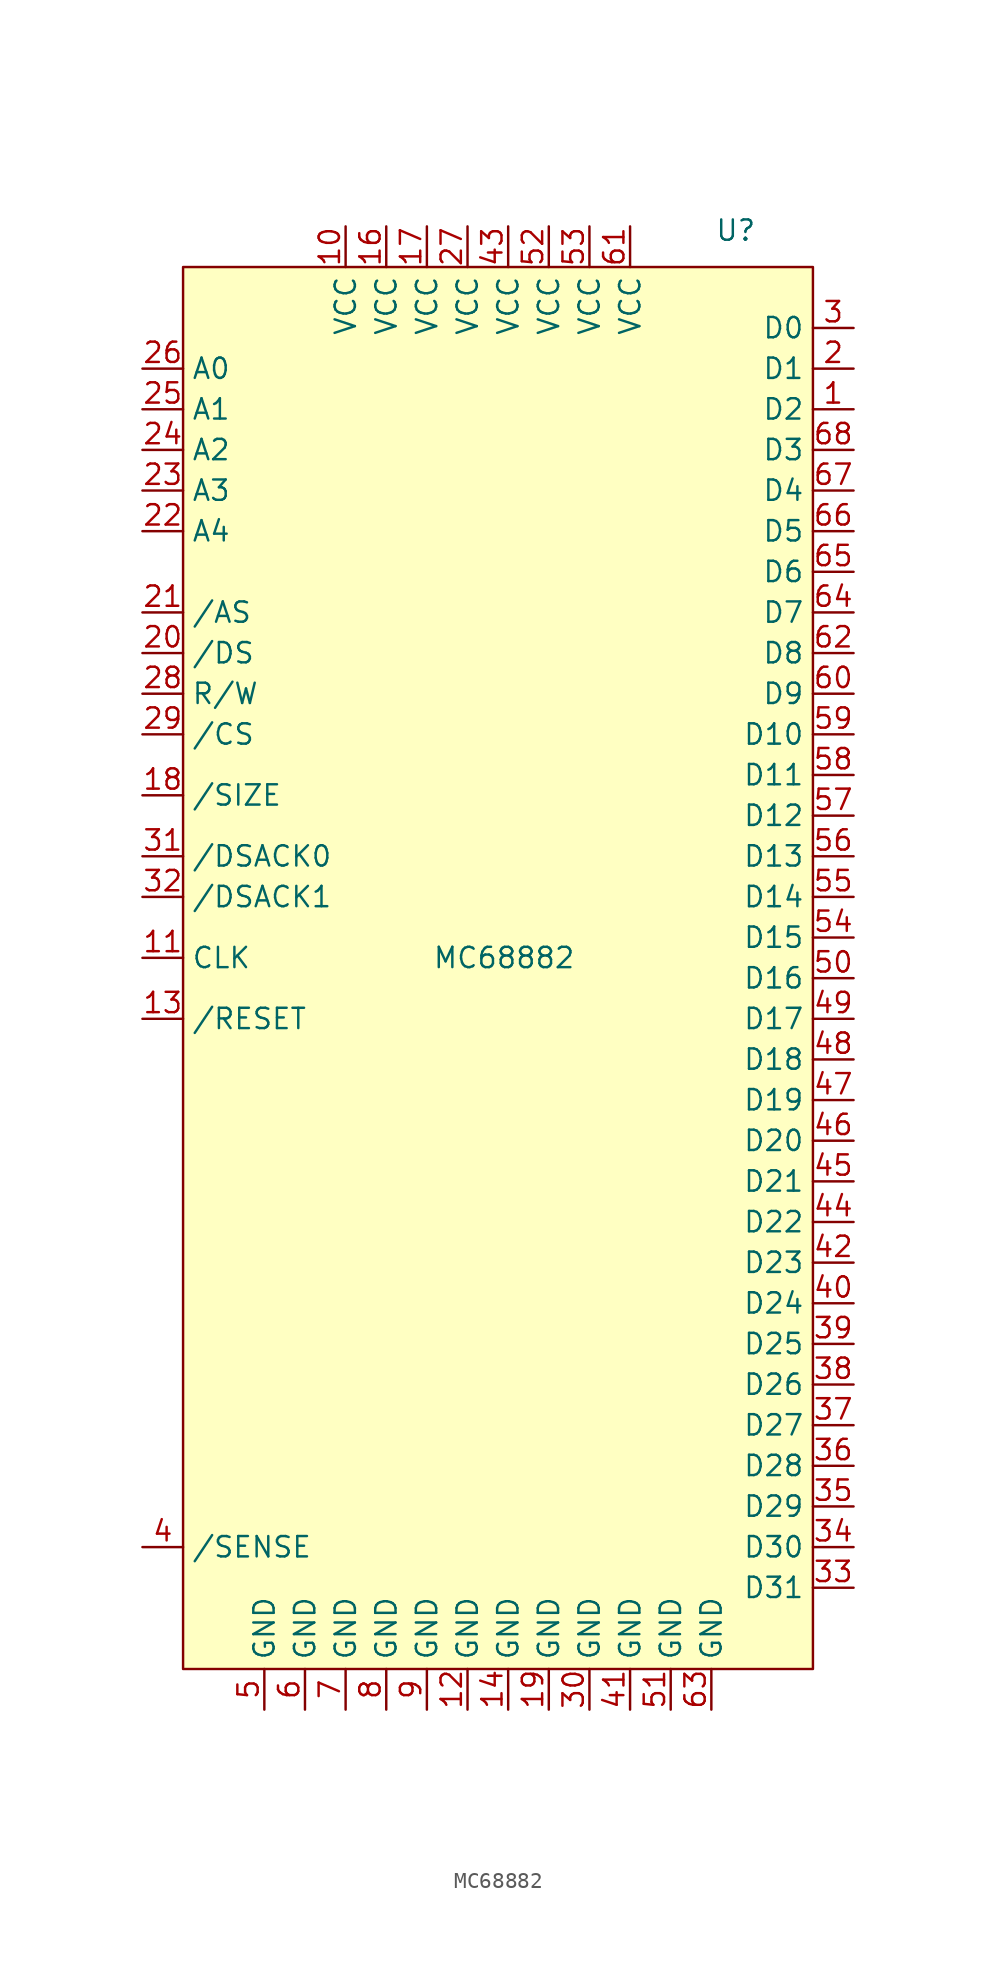
<source format=kicad_sym>
(kicad_symbol_lib
  (version 20231120)
  (generator "kicad_symbol_editor")
  (generator_version "8.0")
  (symbol "MC68882"
    (property "Reference" "U"
      (at 15.494 48.006 0)
      (effects (font (size 1.27 1.27))))
    (property "Value" "MC68882"
      (at 1.016 2.54 0)
      (effects (font (size 1.27 1.27))))
    (symbol "MC68882_1_1"
      (rectangle (start -19.05 45.72) (end 20.32 -41.91) (stroke (width 0) (type default)) (fill (type background)))
      (pin input line (at 22.86 36.83 180) (length 2.54) (name "D2" (effects (font (size 1.27 1.27)))) (number "1" (effects (font (size 1.27 1.27)))))
      (pin input line (at -8.89 48.26 270) (length 2.54) (name "VCC" (effects (font (size 1.27 1.27)))) (number "10" (effects (font (size 1.27 1.27)))))
      (pin input line (at -21.59 2.54 0) (length 2.54) (name "CLK" (effects (font (size 1.27 1.27)))) (number "11" (effects (font (size 1.27 1.27)))))
      (pin input line (at -1.27 -44.45 90) (length 2.54) (name "GND" (effects (font (size 1.27 1.27)))) (number "12" (effects (font (size 1.27 1.27)))))
      (pin input line (at -21.59 -1.27 0) (length 2.54) (name "/RESET" (effects (font (size 1.27 1.27)))) (number "13" (effects (font (size 1.27 1.27)))))
      (pin input line (at 1.27 -44.45 90) (length 2.54) (name "GND" (effects (font (size 1.27 1.27)))) (number "14" (effects (font (size 1.27 1.27)))))
      (pin no_connect line (at -21.59 -30.48 0) (length 2.54) hide (name "NC" (effects (font (size 1.27 1.27)))) (number "15" (effects (font (size 1.27 1.27)))))
      (pin input line (at -6.35 48.26 270) (length 2.54) (name "VCC" (effects (font (size 1.27 1.27)))) (number "16" (effects (font (size 1.27 1.27)))))
      (pin input line (at -3.81 48.26 270) (length 2.54) (name "VCC" (effects (font (size 1.27 1.27)))) (number "17" (effects (font (size 1.27 1.27)))))
      (pin input line (at -21.59 12.7 0) (length 2.54) (name "/SIZE" (effects (font (size 1.27 1.27)))) (number "18" (effects (font (size 1.27 1.27)))))
      (pin input line (at 3.81 -44.45 90) (length 2.54) (name "GND" (effects (font (size 1.27 1.27)))) (number "19" (effects (font (size 1.27 1.27)))))
      (pin input line (at 22.86 39.37 180) (length 2.54) (name "D1" (effects (font (size 1.27 1.27)))) (number "2" (effects (font (size 1.27 1.27)))))
      (pin input line (at -21.59 21.59 0) (length 2.54) (name "/DS" (effects (font (size 1.27 1.27)))) (number "20" (effects (font (size 1.27 1.27)))))
      (pin input line (at -21.59 24.13 0) (length 2.54) (name "/AS" (effects (font (size 1.27 1.27)))) (number "21" (effects (font (size 1.27 1.27)))))
      (pin input line (at -21.59 29.21 0) (length 2.54) (name "A4" (effects (font (size 1.27 1.27)))) (number "22" (effects (font (size 1.27 1.27)))))
      (pin input line (at -21.59 31.75 0) (length 2.54) (name "A3" (effects (font (size 1.27 1.27)))) (number "23" (effects (font (size 1.27 1.27)))))
      (pin input line (at -21.59 34.29 0) (length 2.54) (name "A2" (effects (font (size 1.27 1.27)))) (number "24" (effects (font (size 1.27 1.27)))))
      (pin input line (at -21.59 36.83 0) (length 2.54) (name "A1" (effects (font (size 1.27 1.27)))) (number "25" (effects (font (size 1.27 1.27)))))
      (pin input line (at -21.59 39.37 0) (length 2.54) (name "A0" (effects (font (size 1.27 1.27)))) (number "26" (effects (font (size 1.27 1.27)))))
      (pin input line (at -1.27 48.26 270) (length 2.54) (name "VCC" (effects (font (size 1.27 1.27)))) (number "27" (effects (font (size 1.27 1.27)))))
      (pin input line (at -21.59 19.05 0) (length 2.54) (name "R/W" (effects (font (size 1.27 1.27)))) (number "28" (effects (font (size 1.27 1.27)))))
      (pin input line (at -21.59 16.51 0) (length 2.54) (name "/CS" (effects (font (size 1.27 1.27)))) (number "29" (effects (font (size 1.27 1.27)))))
      (pin input line (at 22.86 41.91 180) (length 2.54) (name "D0" (effects (font (size 1.27 1.27)))) (number "3" (effects (font (size 1.27 1.27)))))
      (pin input line (at 6.35 -44.45 90) (length 2.54) (name "GND" (effects (font (size 1.27 1.27)))) (number "30" (effects (font (size 1.27 1.27)))))
      (pin output line (at -21.59 8.89 0) (length 2.54) (name "/DSACK0" (effects (font (size 1.27 1.27)))) (number "31" (effects (font (size 1.27 1.27)))))
      (pin output line (at -21.59 6.35 0) (length 2.54) (name "/DSACK1" (effects (font (size 1.27 1.27)))) (number "32" (effects (font (size 1.27 1.27)))))
      (pin input line (at 22.86 -36.83 180) (length 2.54) (name "D31" (effects (font (size 1.27 1.27)))) (number "33" (effects (font (size 1.27 1.27)))))
      (pin input line (at 22.86 -34.29 180) (length 2.54) (name "D30" (effects (font (size 1.27 1.27)))) (number "34" (effects (font (size 1.27 1.27)))))
      (pin input line (at 22.86 -31.75 180) (length 2.54) (name "D29" (effects (font (size 1.27 1.27)))) (number "35" (effects (font (size 1.27 1.27)))))
      (pin input line (at 22.86 -29.21 180) (length 2.54) (name "D28" (effects (font (size 1.27 1.27)))) (number "36" (effects (font (size 1.27 1.27)))))
      (pin input line (at 22.86 -26.67 180) (length 2.54) (name "D27" (effects (font (size 1.27 1.27)))) (number "37" (effects (font (size 1.27 1.27)))))
      (pin input line (at 22.86 -24.13 180) (length 2.54) (name "D26" (effects (font (size 1.27 1.27)))) (number "38" (effects (font (size 1.27 1.27)))))
      (pin input line (at 22.86 -21.59 180) (length 2.54) (name "D25" (effects (font (size 1.27 1.27)))) (number "39" (effects (font (size 1.27 1.27)))))
      (pin input line (at -21.59 -34.29 0) (length 2.54) (name "/SENSE" (effects (font (size 1.27 1.27)))) (number "4" (effects (font (size 1.27 1.27)))))
      (pin input line (at 22.86 -19.05 180) (length 2.54) (name "D24" (effects (font (size 1.27 1.27)))) (number "40" (effects (font (size 1.27 1.27)))))
      (pin input line (at 8.89 -44.45 90) (length 2.54) (name "GND" (effects (font (size 1.27 1.27)))) (number "41" (effects (font (size 1.27 1.27)))))
      (pin input line (at 22.86 -16.51 180) (length 2.54) (name "D23" (effects (font (size 1.27 1.27)))) (number "42" (effects (font (size 1.27 1.27)))))
      (pin input line (at 1.27 48.26 270) (length 2.54) (name "VCC" (effects (font (size 1.27 1.27)))) (number "43" (effects (font (size 1.27 1.27)))))
      (pin input line (at 22.86 -13.97 180) (length 2.54) (name "D22" (effects (font (size 1.27 1.27)))) (number "44" (effects (font (size 1.27 1.27)))))
      (pin input line (at 22.86 -11.43 180) (length 2.54) (name "D21" (effects (font (size 1.27 1.27)))) (number "45" (effects (font (size 1.27 1.27)))))
      (pin input line (at 22.86 -8.89 180) (length 2.54) (name "D20" (effects (font (size 1.27 1.27)))) (number "46" (effects (font (size 1.27 1.27)))))
      (pin input line (at 22.86 -6.35 180) (length 2.54) (name "D19" (effects (font (size 1.27 1.27)))) (number "47" (effects (font (size 1.27 1.27)))))
      (pin input line (at 22.86 -3.81 180) (length 2.54) (name "D18" (effects (font (size 1.27 1.27)))) (number "48" (effects (font (size 1.27 1.27)))))
      (pin input line (at 22.86 -1.27 180) (length 2.54) (name "D17" (effects (font (size 1.27 1.27)))) (number "49" (effects (font (size 1.27 1.27)))))
      (pin input line (at -13.97 -44.45 90) (length 2.54) (name "GND" (effects (font (size 1.27 1.27)))) (number "5" (effects (font (size 1.27 1.27)))))
      (pin input line (at 22.86 1.27 180) (length 2.54) (name "D16" (effects (font (size 1.27 1.27)))) (number "50" (effects (font (size 1.27 1.27)))))
      (pin input line (at 11.43 -44.45 90) (length 2.54) (name "GND" (effects (font (size 1.27 1.27)))) (number "51" (effects (font (size 1.27 1.27)))))
      (pin input line (at 3.81 48.26 270) (length 2.54) (name "VCC" (effects (font (size 1.27 1.27)))) (number "52" (effects (font (size 1.27 1.27)))))
      (pin input line (at 6.35 48.26 270) (length 2.54) (name "VCC" (effects (font (size 1.27 1.27)))) (number "53" (effects (font (size 1.27 1.27)))))
      (pin input line (at 22.86 3.81 180) (length 2.54) (name "D15" (effects (font (size 1.27 1.27)))) (number "54" (effects (font (size 1.27 1.27)))))
      (pin input line (at 22.86 6.35 180) (length 2.54) (name "D14" (effects (font (size 1.27 1.27)))) (number "55" (effects (font (size 1.27 1.27)))))
      (pin input line (at 22.86 8.89 180) (length 2.54) (name "D13" (effects (font (size 1.27 1.27)))) (number "56" (effects (font (size 1.27 1.27)))))
      (pin input line (at 22.86 11.43 180) (length 2.54) (name "D12" (effects (font (size 1.27 1.27)))) (number "57" (effects (font (size 1.27 1.27)))))
      (pin input line (at 22.86 13.97 180) (length 2.54) (name "D11" (effects (font (size 1.27 1.27)))) (number "58" (effects (font (size 1.27 1.27)))))
      (pin input line (at 22.86 16.51 180) (length 2.54) (name "D10" (effects (font (size 1.27 1.27)))) (number "59" (effects (font (size 1.27 1.27)))))
      (pin input line (at -11.43 -44.45 90) (length 2.54) (name "GND" (effects (font (size 1.27 1.27)))) (number "6" (effects (font (size 1.27 1.27)))))
      (pin input line (at 22.86 19.05 180) (length 2.54) (name "D9" (effects (font (size 1.27 1.27)))) (number "60" (effects (font (size 1.27 1.27)))))
      (pin input line (at 8.89 48.26 270) (length 2.54) (name "VCC" (effects (font (size 1.27 1.27)))) (number "61" (effects (font (size 1.27 1.27)))))
      (pin input line (at 22.86 21.59 180) (length 2.54) (name "D8" (effects (font (size 1.27 1.27)))) (number "62" (effects (font (size 1.27 1.27)))))
      (pin input line (at 13.97 -44.45 90) (length 2.54) (name "GND" (effects (font (size 1.27 1.27)))) (number "63" (effects (font (size 1.27 1.27)))))
      (pin input line (at 22.86 24.13 180) (length 2.54) (name "D7" (effects (font (size 1.27 1.27)))) (number "64" (effects (font (size 1.27 1.27)))))
      (pin input line (at 22.86 26.67 180) (length 2.54) (name "D6" (effects (font (size 1.27 1.27)))) (number "65" (effects (font (size 1.27 1.27)))))
      (pin input line (at 22.86 29.21 180) (length 2.54) (name "D5" (effects (font (size 1.27 1.27)))) (number "66" (effects (font (size 1.27 1.27)))))
      (pin input line (at 22.86 31.75 180) (length 2.54) (name "D4" (effects (font (size 1.27 1.27)))) (number "67" (effects (font (size 1.27 1.27)))))
      (pin input line (at 22.86 34.29 180) (length 2.54) (name "D3" (effects (font (size 1.27 1.27)))) (number "68" (effects (font (size 1.27 1.27)))))
      (pin input line (at -8.89 -44.45 90) (length 2.54) (name "GND" (effects (font (size 1.27 1.27)))) (number "7" (effects (font (size 1.27 1.27)))))
      (pin input line (at -6.35 -44.45 90) (length 2.54) (name "GND" (effects (font (size 1.27 1.27)))) (number "8" (effects (font (size 1.27 1.27)))))
      (pin input line (at -3.81 -44.45 90) (length 2.54) (name "GND" (effects (font (size 1.27 1.27)))) (number "9" (effects (font (size 1.27 1.27))))))))
</source>
